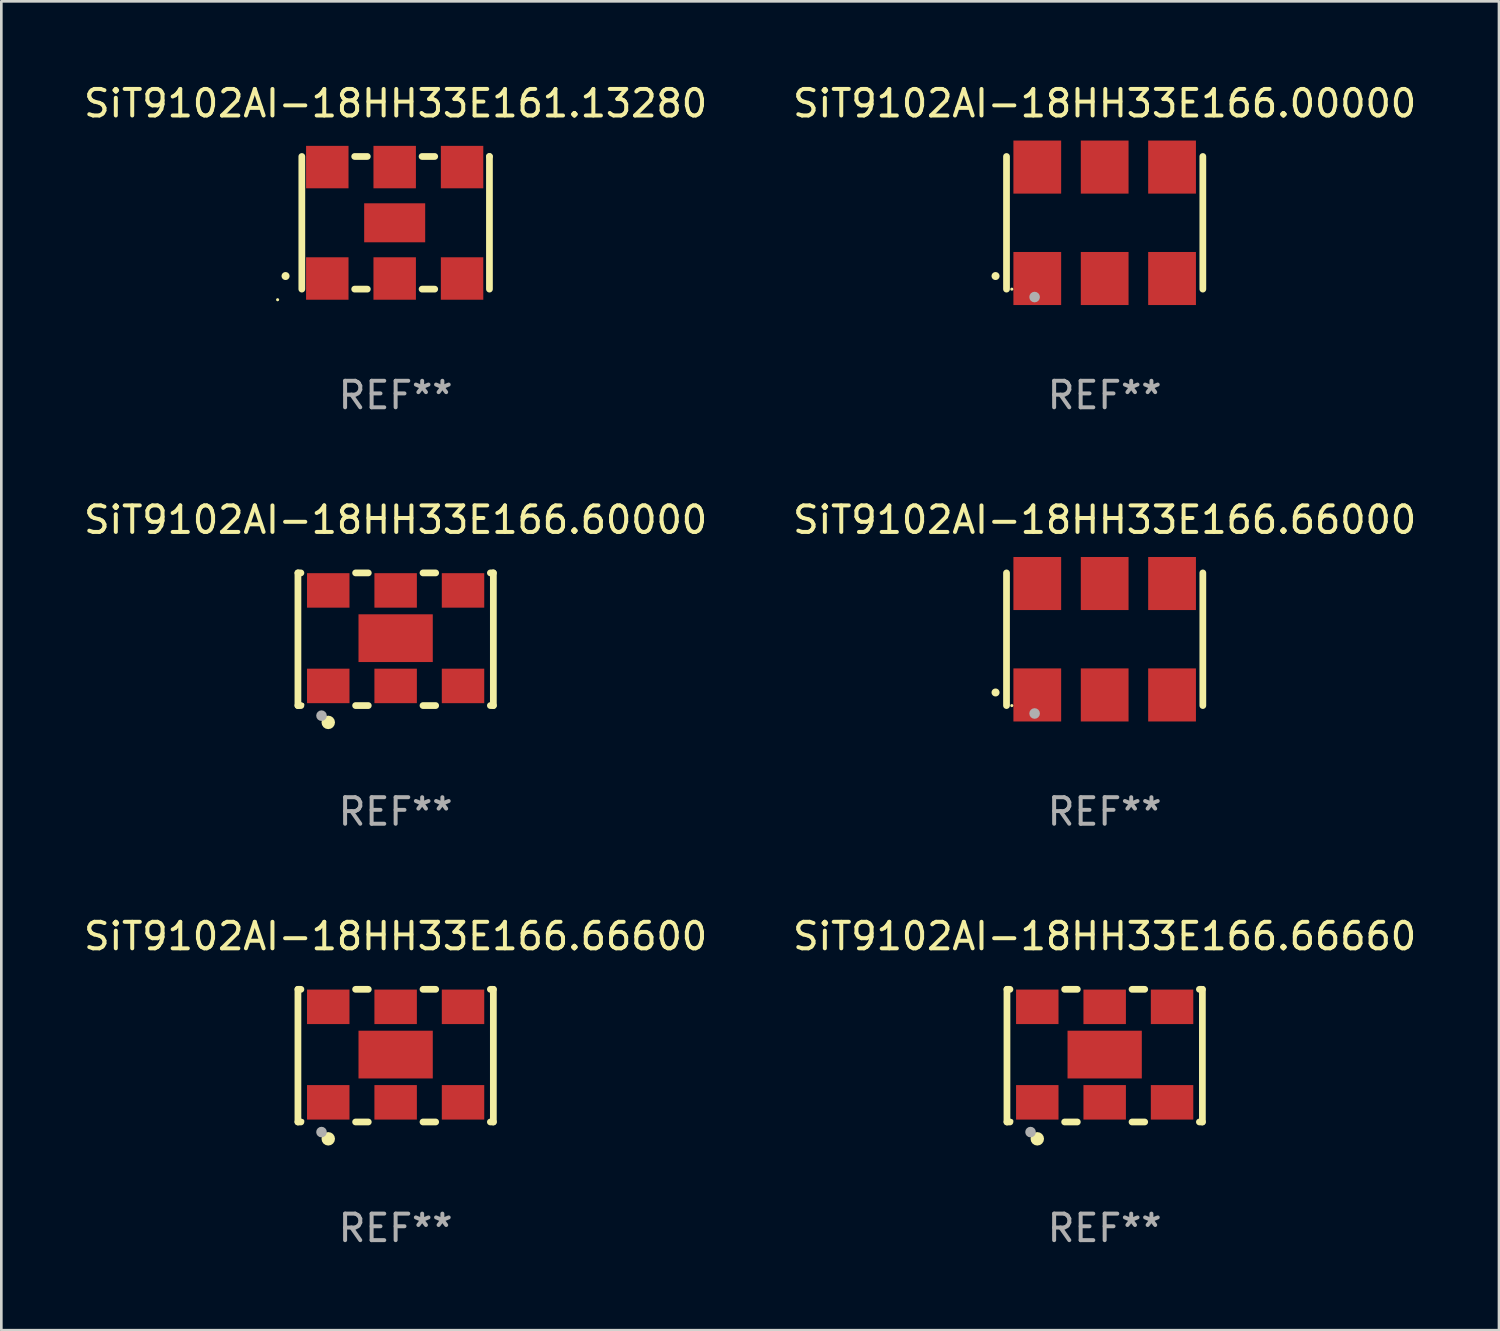
<source format=kicad_pcb>
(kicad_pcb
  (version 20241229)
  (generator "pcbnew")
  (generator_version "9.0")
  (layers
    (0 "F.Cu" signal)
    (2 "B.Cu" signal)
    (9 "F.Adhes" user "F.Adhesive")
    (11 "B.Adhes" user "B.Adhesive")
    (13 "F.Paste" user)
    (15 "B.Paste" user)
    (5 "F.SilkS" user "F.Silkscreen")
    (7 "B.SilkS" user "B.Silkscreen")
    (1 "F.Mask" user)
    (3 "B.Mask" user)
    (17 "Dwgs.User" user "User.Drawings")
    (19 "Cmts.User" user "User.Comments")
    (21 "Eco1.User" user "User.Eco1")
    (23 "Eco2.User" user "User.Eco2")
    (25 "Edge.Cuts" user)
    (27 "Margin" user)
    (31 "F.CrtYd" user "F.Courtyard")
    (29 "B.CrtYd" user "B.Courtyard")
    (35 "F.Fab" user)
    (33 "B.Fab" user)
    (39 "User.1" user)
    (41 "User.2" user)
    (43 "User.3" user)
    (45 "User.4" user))
  (footprint "SiT9102AI-18HH33E166.66660"
    (layer "F.Cu")
    (at 38.589 36.741)
    (property "Reference" "SiT9102AI-18HH33E166.66660" (at 0 -4.5 0) (layer "F.SilkS") (effects (font (size 1 1) (thickness 0.15))))
    (attr through_hole)
    (fp_line (start -3.683 -2.5) (end -3.571 -2.5) (stroke (width 0.254) (type solid)) (layer "F.SilkS"))
    (fp_line (start -3.683 2.5) (end -3.683 -2.5) (stroke (width 0.254) (type solid)) (layer "F.SilkS"))
    (fp_line (start -3.683 2.5) (end -3.571 2.5) (stroke (width 0.254) (type solid)) (layer "F.SilkS"))
    (fp_line (start -1.509 -2.5) (end -1.031 -2.5) (stroke (width 0.254) (type solid)) (layer "F.SilkS"))
    (fp_line (start -1.509 2.5) (end -1.031 2.5) (stroke (width 0.254) (type solid)) (layer "F.SilkS"))
    (fp_line (start 1.031 -2.5) (end 1.509 -2.5) (stroke (width 0.254) (type solid)) (layer "F.SilkS"))
    (fp_line (start 1.031 2.5) (end 1.509 2.5) (stroke (width 0.254) (type solid)) (layer "F.SilkS"))
    (fp_line (start 3.571 -2.5) (end 3.683 -2.5) (stroke (width 0.254) (type solid)) (layer "F.SilkS"))
    (fp_line (start 3.571 2.5) (end 3.683 2.5) (stroke (width 0.254) (type solid)) (layer "F.SilkS"))
    (fp_line (start 3.683 2.5) (end 3.683 -2.5) (stroke (width 0.254) (type solid)) (layer "F.SilkS"))
    (fp_circle (center -3.5 2.46) (end -3.47 2.46) (stroke (width 0.06) (type solid)) (fill no) (layer "F.SilkS"))
    (fp_circle (center -2.54 3.135) (end -2.413 3.135) (stroke (width 0.254) (type solid)) (fill no) (layer "F.SilkS"))
    (fp_circle (center -2.794 2.881) (end -2.694 2.881) (stroke (width 0.2) (type solid)) (fill no) (layer "F.Fab"))
    (fp_text user "REF**" (at 0 6.5 0) (layer "F.Fab") (effects (font (size 1 1) (thickness 0.15))))
    (pad "1" smd rect (at -2.54 1.76) (size 1.6 1.3) (layers "F.Cu" "F.Mask" "F.Paste"))
    (pad "2" smd rect (at 0 1.76) (size 1.6 1.3) (layers "F.Cu" "F.Mask" "F.Paste"))
    (pad "3" smd rect (at 2.54 1.76) (size 1.6 1.3) (layers "F.Cu" "F.Mask" "F.Paste"))
    (pad "4" smd rect (at 2.54 -1.84) (size 1.6 1.3) (layers "F.Cu" "F.Mask" "F.Paste"))
    (pad "5" smd rect (at 0 -1.84) (size 1.6 1.3) (layers "F.Cu" "F.Mask" "F.Paste"))
    (pad "6" smd rect (at -2.54 -1.84) (size 1.6 1.3) (layers "F.Cu" "F.Mask" "F.Paste"))
    (pad "7" smd rect (at 0 -0.04) (size 2.8 1.8) (layers "F.Cu" "F.Mask" "F.Paste")))
  (footprint "SiT9102AI-18HH33E166.00000"
    (layer "F.Cu")
    (at 38.589 5.348)
    (property "Reference" "SiT9102AI-18HH33E166.00000" (at 0 -4.5 0) (layer "F.SilkS") (effects (font (size 1 1) (thickness 0.15))))
    (attr through_hole)
    (fp_line (start -3.7 -2.5) (end -3.7 2.5) (stroke (width 0.254) (type solid)) (layer "F.SilkS"))
    (fp_line (start 3.7 -2.5) (end 3.7 2.5) (stroke (width 0.254) (type solid)) (layer "F.SilkS"))
    (fp_arc (start -4.114415 2.006604) (mid -4.113145 2.006599) (end -4.111875 2.006604) (stroke (width 0.3) (type solid)) (layer "F.SilkS"))
    (fp_circle (center -3.5 2.501) (end -3.47 2.501) (stroke (width 0.06) (type solid)) (fill no) (layer "F.SilkS"))
    (fp_circle (center -2.641 2.799) (end -2.541 2.799) (stroke (width 0.2) (type solid)) (fill no) (layer "F.Fab"))
    (fp_text user "REF**" (at 0 6.5 0) (layer "F.Fab") (effects (font (size 1 1) (thickness 0.15))))
    (pad "1" smd rect (at -2.54 2.1) (size 1.8 2) (layers "F.Cu" "F.Mask" "F.Paste"))
    (pad "2" smd rect (at 0.000394 2.1) (size 1.8 2) (layers "F.Cu" "F.Mask" "F.Paste"))
    (pad "3" smd rect (at 2.54 2.1) (size 1.8 2) (layers "F.Cu" "F.Mask" "F.Paste"))
    (pad "4" smd rect (at 2.54 -2.1) (size 1.8 2) (layers "F.Cu" "F.Mask" "F.Paste"))
    (pad "5" smd rect (at 0.000394 -2.1) (size 1.8 2) (layers "F.Cu" "F.Mask" "F.Paste"))
    (pad "6" smd rect (at -2.54 -2.1) (size 1.8 2) (layers "F.Cu" "F.Mask" "F.Paste")))
  (footprint "SiT9102AI-18HH33E166.66000"
    (layer "F.Cu")
    (at 38.589 21.045)
    (property "Reference" "SiT9102AI-18HH33E166.66000" (at 0 -4.5 0) (layer "F.SilkS") (effects (font (size 1 1) (thickness 0.15))))
    (attr through_hole)
    (fp_line (start -3.7 -2.5) (end -3.7 2.5) (stroke (width 0.254) (type solid)) (layer "F.SilkS"))
    (fp_line (start 3.7 -2.5) (end 3.7 2.5) (stroke (width 0.254) (type solid)) (layer "F.SilkS"))
    (fp_arc (start -4.114415 2.006604) (mid -4.113145 2.006599) (end -4.111875 2.006604) (stroke (width 0.3) (type solid)) (layer "F.SilkS"))
    (fp_circle (center -3.5 2.501) (end -3.47 2.501) (stroke (width 0.06) (type solid)) (fill no) (layer "F.SilkS"))
    (fp_circle (center -2.641 2.799) (end -2.541 2.799) (stroke (width 0.2) (type solid)) (fill no) (layer "F.Fab"))
    (fp_text user "REF**" (at 0 6.5 0) (layer "F.Fab") (effects (font (size 1 1) (thickness 0.15))))
    (pad "1" smd rect (at -2.54 2.1) (size 1.8 2) (layers "F.Cu" "F.Mask" "F.Paste"))
    (pad "2" smd rect (at 0.000394 2.1) (size 1.8 2) (layers "F.Cu" "F.Mask" "F.Paste"))
    (pad "3" smd rect (at 2.54 2.1) (size 1.8 2) (layers "F.Cu" "F.Mask" "F.Paste"))
    (pad "4" smd rect (at 2.54 -2.1) (size 1.8 2) (layers "F.Cu" "F.Mask" "F.Paste"))
    (pad "5" smd rect (at 0.000394 -2.1) (size 1.8 2) (layers "F.Cu" "F.Mask" "F.Paste"))
    (pad "6" smd rect (at -2.54 -2.1) (size 1.8 2) (layers "F.Cu" "F.Mask" "F.Paste")))
  (footprint "SiT9102AI-18HH33E166.60000"
    (layer "F.Cu")
    (at 11.863 21.045)
    (property "Reference" "SiT9102AI-18HH33E166.60000" (at 0 -4.5 0) (layer "F.SilkS") (effects (font (size 1 1) (thickness 0.15))))
    (attr through_hole)
    (fp_line (start -3.683 -2.5) (end -3.571 -2.5) (stroke (width 0.254) (type solid)) (layer "F.SilkS"))
    (fp_line (start -3.683 2.5) (end -3.683 -2.5) (stroke (width 0.254) (type solid)) (layer "F.SilkS"))
    (fp_line (start -3.683 2.5) (end -3.571 2.5) (stroke (width 0.254) (type solid)) (layer "F.SilkS"))
    (fp_line (start -1.509 -2.5) (end -1.031 -2.5) (stroke (width 0.254) (type solid)) (layer "F.SilkS"))
    (fp_line (start -1.509 2.5) (end -1.031 2.5) (stroke (width 0.254) (type solid)) (layer "F.SilkS"))
    (fp_line (start 1.031 -2.5) (end 1.509 -2.5) (stroke (width 0.254) (type solid)) (layer "F.SilkS"))
    (fp_line (start 1.031 2.5) (end 1.509 2.5) (stroke (width 0.254) (type solid)) (layer "F.SilkS"))
    (fp_line (start 3.571 -2.5) (end 3.683 -2.5) (stroke (width 0.254) (type solid)) (layer "F.SilkS"))
    (fp_line (start 3.571 2.5) (end 3.683 2.5) (stroke (width 0.254) (type solid)) (layer "F.SilkS"))
    (fp_line (start 3.683 2.5) (end 3.683 -2.5) (stroke (width 0.254) (type solid)) (layer "F.SilkS"))
    (fp_circle (center -3.5 2.46) (end -3.47 2.46) (stroke (width 0.06) (type solid)) (fill no) (layer "F.SilkS"))
    (fp_circle (center -2.54 3.135) (end -2.413 3.135) (stroke (width 0.254) (type solid)) (fill no) (layer "F.SilkS"))
    (fp_circle (center -2.794 2.881) (end -2.694 2.881) (stroke (width 0.2) (type solid)) (fill no) (layer "F.Fab"))
    (fp_text user "REF**" (at 0 6.5 0) (layer "F.Fab") (effects (font (size 1 1) (thickness 0.15))))
    (pad "1" smd rect (at -2.54 1.76) (size 1.6 1.3) (layers "F.Cu" "F.Mask" "F.Paste"))
    (pad "2" smd rect (at 0 1.76) (size 1.6 1.3) (layers "F.Cu" "F.Mask" "F.Paste"))
    (pad "3" smd rect (at 2.54 1.76) (size 1.6 1.3) (layers "F.Cu" "F.Mask" "F.Paste"))
    (pad "4" smd rect (at 2.54 -1.84) (size 1.6 1.3) (layers "F.Cu" "F.Mask" "F.Paste"))
    (pad "5" smd rect (at 0 -1.84) (size 1.6 1.3) (layers "F.Cu" "F.Mask" "F.Paste"))
    (pad "6" smd rect (at -2.54 -1.84) (size 1.6 1.3) (layers "F.Cu" "F.Mask" "F.Paste"))
    (pad "7" smd rect (at 0 -0.04) (size 2.8 1.8) (layers "F.Cu" "F.Mask" "F.Paste")))
  (footprint "SiT9102AI-18HH33E161.13280"
    (layer "F.Cu")
    (at 11.863 5.348)
    (property "Reference" "SiT9102AI-18HH33E161.13280" (at 0 -4.5 0) (layer "F.SilkS") (effects (font (size 1 1) (thickness 0.15))))
    (attr through_hole)
    (fp_line (start -3.536 -2.5) (end -3.536 2.5) (stroke (width 0.254) (type solid)) (layer "F.SilkS"))
    (fp_line (start -1.544 2.5) (end -1.067 2.5) (stroke (width 0.254) (type solid)) (layer "F.SilkS"))
    (fp_line (start -1.067 -2.5) (end -1.544 -2.5) (stroke (width 0.254) (type solid)) (layer "F.SilkS"))
    (fp_line (start 0.996 2.5) (end 1.473 2.5) (stroke (width 0.254) (type solid)) (layer "F.SilkS"))
    (fp_line (start 1.473 -2.5) (end 0.996 -2.5) (stroke (width 0.254) (type solid)) (layer "F.SilkS"))
    (fp_line (start 3.536 -2.5) (end 3.536 -2.5) (stroke (width 0.254) (type solid)) (layer "F.SilkS"))
    (fp_line (start 3.536 2.5) (end 3.536 -2.5) (stroke (width 0.254) (type solid)) (layer "F.SilkS"))
    (fp_arc (start -4.150432 2.006604) (mid -4.149162 2.006599) (end -4.147892 2.006604) (stroke (width 0.3) (type solid)) (layer "F.SilkS"))
    (fp_circle (center -4.449 2.9) (end -4.419 2.9) (stroke (width 0.06) (type solid)) (fill no) (layer "F.SilkS"))
    (fp_text user "REF**" (at 0 6.5 0) (layer "F.Fab") (effects (font (size 1 1) (thickness 0.15))))
    (pad "1" smd rect (at -2.576 2.1) (size 1.6 1.6) (layers "F.Cu" "F.Mask" "F.Paste"))
    (pad "2" smd rect (at -0.036 2.1) (size 1.6 1.6) (layers "F.Cu" "F.Mask" "F.Paste"))
    (pad "3" smd rect (at 2.504 2.1) (size 1.6 1.6) (layers "F.Cu" "F.Mask" "F.Paste"))
    (pad "4" smd rect (at 2.504 -2.1) (size 1.6 1.6) (layers "F.Cu" "F.Mask" "F.Paste"))
    (pad "5" smd rect (at -0.036 -2.1) (size 1.6 1.6) (layers "F.Cu" "F.Mask" "F.Paste"))
    (pad "6" smd rect (at -2.576 -2.1) (size 1.6 1.6) (layers "F.Cu" "F.Mask" "F.Paste"))
    (pad "7" smd rect (at -0.036 0) (size 2.3 1.47) (layers "F.Cu" "F.Mask" "F.Paste")))
  (footprint "SiT9102AI-18HH33E166.66600"
    (layer "F.Cu")
    (at 11.863 36.741)
    (property "Reference" "SiT9102AI-18HH33E166.66600" (at 0 -4.5 0) (layer "F.SilkS") (effects (font (size 1 1) (thickness 0.15))))
    (attr through_hole)
    (fp_line (start -3.683 -2.5) (end -3.571 -2.5) (stroke (width 0.254) (type solid)) (layer "F.SilkS"))
    (fp_line (start -3.683 2.5) (end -3.683 -2.5) (stroke (width 0.254) (type solid)) (layer "F.SilkS"))
    (fp_line (start -3.683 2.5) (end -3.571 2.5) (stroke (width 0.254) (type solid)) (layer "F.SilkS"))
    (fp_line (start -1.509 -2.5) (end -1.031 -2.5) (stroke (width 0.254) (type solid)) (layer "F.SilkS"))
    (fp_line (start -1.509 2.5) (end -1.031 2.5) (stroke (width 0.254) (type solid)) (layer "F.SilkS"))
    (fp_line (start 1.031 -2.5) (end 1.509 -2.5) (stroke (width 0.254) (type solid)) (layer "F.SilkS"))
    (fp_line (start 1.031 2.5) (end 1.509 2.5) (stroke (width 0.254) (type solid)) (layer "F.SilkS"))
    (fp_line (start 3.571 -2.5) (end 3.683 -2.5) (stroke (width 0.254) (type solid)) (layer "F.SilkS"))
    (fp_line (start 3.571 2.5) (end 3.683 2.5) (stroke (width 0.254) (type solid)) (layer "F.SilkS"))
    (fp_line (start 3.683 2.5) (end 3.683 -2.5) (stroke (width 0.254) (type solid)) (layer "F.SilkS"))
    (fp_circle (center -3.5 2.46) (end -3.47 2.46) (stroke (width 0.06) (type solid)) (fill no) (layer "F.SilkS"))
    (fp_circle (center -2.54 3.135) (end -2.413 3.135) (stroke (width 0.254) (type solid)) (fill no) (layer "F.SilkS"))
    (fp_circle (center -2.794 2.881) (end -2.694 2.881) (stroke (width 0.2) (type solid)) (fill no) (layer "F.Fab"))
    (fp_text user "REF**" (at 0 6.5 0) (layer "F.Fab") (effects (font (size 1 1) (thickness 0.15))))
    (pad "1" smd rect (at -2.54 1.76) (size 1.6 1.3) (layers "F.Cu" "F.Mask" "F.Paste"))
    (pad "2" smd rect (at 0 1.76) (size 1.6 1.3) (layers "F.Cu" "F.Mask" "F.Paste"))
    (pad "3" smd rect (at 2.54 1.76) (size 1.6 1.3) (layers "F.Cu" "F.Mask" "F.Paste"))
    (pad "4" smd rect (at 2.54 -1.84) (size 1.6 1.3) (layers "F.Cu" "F.Mask" "F.Paste"))
    (pad "5" smd rect (at 0 -1.84) (size 1.6 1.3) (layers "F.Cu" "F.Mask" "F.Paste"))
    (pad "6" smd rect (at -2.54 -1.84) (size 1.6 1.3) (layers "F.Cu" "F.Mask" "F.Paste"))
    (pad "7" smd rect (at 0 -0.04) (size 2.8 1.8) (layers "F.Cu" "F.Mask" "F.Paste")))
  (gr_rect
    (start -3 -3)
    (end 53.452 47.09)
    (stroke (width 0.1) (type default))
    (fill no)
    (layer "Edge.Cuts")))
</source>
